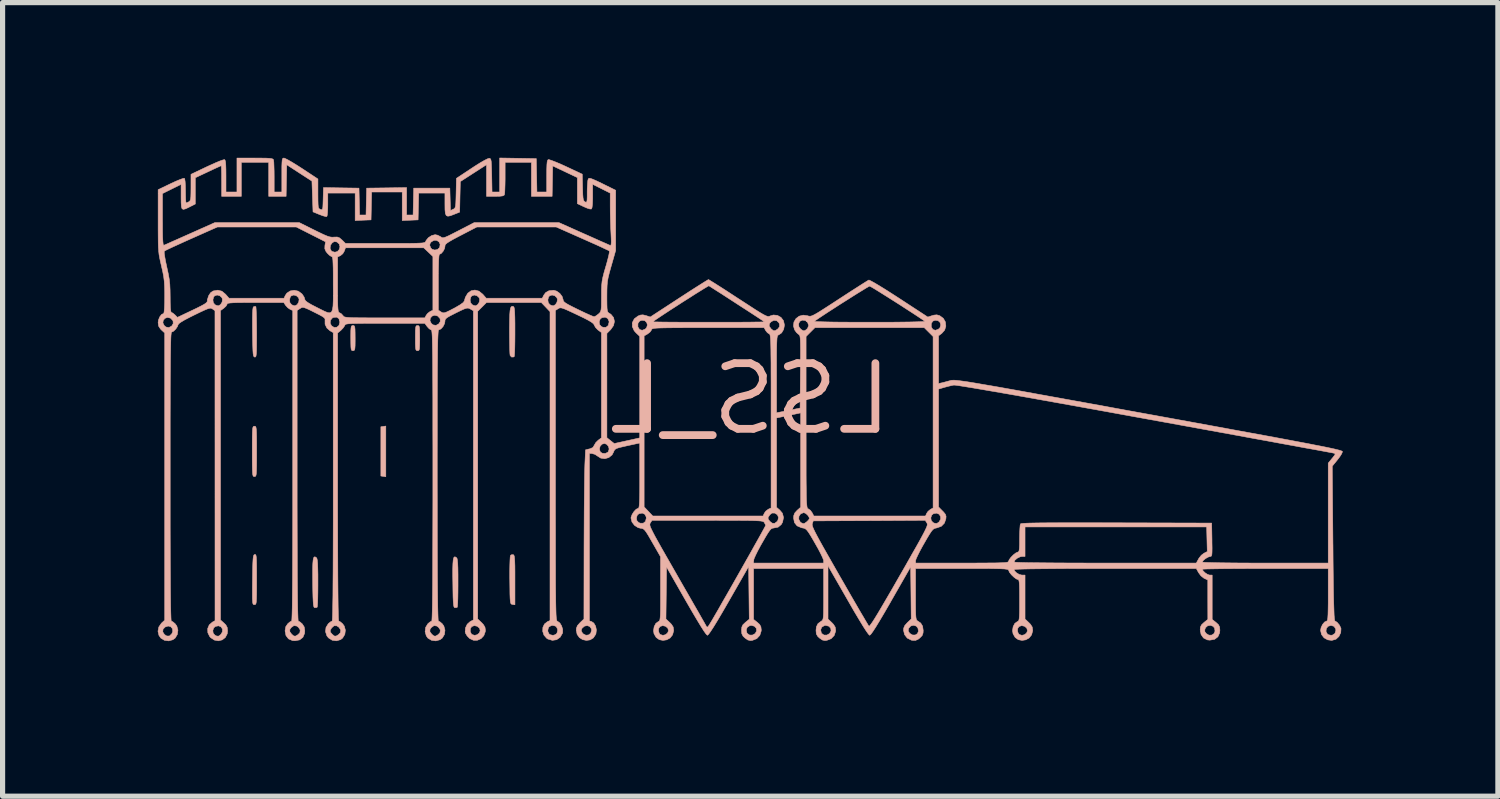
<source format=kicad_pcb>
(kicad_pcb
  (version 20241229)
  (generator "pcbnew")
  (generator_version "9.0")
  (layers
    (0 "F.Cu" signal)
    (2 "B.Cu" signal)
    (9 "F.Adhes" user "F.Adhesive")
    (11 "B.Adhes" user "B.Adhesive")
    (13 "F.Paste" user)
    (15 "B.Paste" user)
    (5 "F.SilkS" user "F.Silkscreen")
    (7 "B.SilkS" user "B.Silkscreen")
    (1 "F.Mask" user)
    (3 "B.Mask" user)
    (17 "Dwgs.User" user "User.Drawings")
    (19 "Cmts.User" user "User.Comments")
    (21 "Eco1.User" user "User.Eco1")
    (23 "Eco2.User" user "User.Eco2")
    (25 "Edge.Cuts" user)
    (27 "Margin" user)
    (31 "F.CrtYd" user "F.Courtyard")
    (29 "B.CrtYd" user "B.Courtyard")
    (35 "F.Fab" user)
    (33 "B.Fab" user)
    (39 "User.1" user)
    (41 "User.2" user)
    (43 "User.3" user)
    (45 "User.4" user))
  (footprint "LSS_L"
    (layer "F.Cu")
    (at 11.459 4.663)
    (property "Reference" "LSS_L" (at 0 0 0) (layer "B.SilkS") (effects (font (size 1.27 1.27) (thickness 0.15)) (justify mirror)))
    (attr through_hole)
    (fp_poly (pts (xy -7.096 0.533) (xy -7.144 0.54) (xy -7.144 1.492) (xy -7.048 1.506) (xy -7.048 0.526) (xy -7.096 0.533)) (stroke (width 0.01) (type solid)) (fill yes) (layer "B.SilkS"))
    (fp_poly (pts (xy -7.702 -1.416) (xy -7.714 -1.403) (xy -7.721 -1.373) (xy -7.725 -1.32) (xy -7.726 -1.234) (xy -7.726 -1.175) (xy -7.725 -1.07) (xy -7.723 -1.001) (xy -7.718 -0.959) (xy -7.709 -0.939) (xy -7.694 -0.932) (xy -7.684 -0.931) (xy -7.665 -0.934) (xy -7.653 -0.946) (xy -7.646 -0.976) (xy -7.642 -1.03) (xy -7.641 -1.115) (xy -7.641 -1.175) (xy -7.642 -1.279) (xy -7.644 -1.349) (xy -7.649 -1.39) (xy -7.658 -1.411) (xy -7.673 -1.418) (xy -7.684 -1.418) (xy -7.702 -1.416)) (stroke (width 0.01) (type solid)) (fill yes) (layer "B.SilkS"))
    (fp_poly (pts (xy -6.453 -1.416) (xy -6.465 -1.403) (xy -6.472 -1.373) (xy -6.476 -1.32) (xy -6.477 -1.234) (xy -6.477 -1.175) (xy -6.477 -1.07) (xy -6.474 -1.001) (xy -6.469 -0.959) (xy -6.46 -0.939) (xy -6.445 -0.932) (xy -6.435 -0.931) (xy -6.416 -0.934) (xy -6.404 -0.946) (xy -6.397 -0.976) (xy -6.394 -1.03) (xy -6.392 -1.115) (xy -6.392 -1.175) (xy -6.393 -1.279) (xy -6.395 -1.349) (xy -6.4 -1.39) (xy -6.409 -1.411) (xy -6.424 -1.418) (xy -6.435 -1.418) (xy -6.453 -1.416)) (stroke (width 0.01) (type solid)) (fill yes) (layer "B.SilkS"))
    (fp_poly (pts (xy -4.623 3.016) (xy -4.638 3.029) (xy -4.643 3.058) (xy -4.647 3.123) (xy -4.65 3.217) (xy -4.652 3.333) (xy -4.652 3.465) (xy -4.651 3.514) (xy -4.649 3.663) (xy -4.648 3.776) (xy -4.645 3.857) (xy -4.641 3.912) (xy -4.635 3.946) (xy -4.626 3.964) (xy -4.614 3.972) (xy -4.599 3.975) (xy -4.598 3.976) (xy -4.551 3.982) (xy -4.551 3.504) (xy -4.551 3.348) (xy -4.552 3.229) (xy -4.555 3.142) (xy -4.559 3.082) (xy -4.564 3.044) (xy -4.572 3.023) (xy -4.583 3.013) (xy -4.585 3.013) (xy -4.623 3.016)) (stroke (width 0.01) (type solid)) (fill yes) (layer "B.SilkS"))
    (fp_poly (pts (xy -8.445 3.075) (xy -8.454 3.118) (xy -8.46 3.188) (xy -8.463 3.289) (xy -8.463 3.426) (xy -8.462 3.557) (xy -8.46 3.713) (xy -8.457 3.831) (xy -8.453 3.917) (xy -8.449 3.976) (xy -8.442 4.013) (xy -8.434 4.032) (xy -8.423 4.038) (xy -8.386 4.035) (xy -8.376 4.029) (xy -8.371 4.005) (xy -8.367 3.944) (xy -8.364 3.854) (xy -8.362 3.74) (xy -8.361 3.61) (xy -8.361 3.555) (xy -8.361 3.393) (xy -8.364 3.269) (xy -8.367 3.179) (xy -8.373 3.119) (xy -8.381 3.085) (xy -8.388 3.073) (xy -8.412 3.057) (xy -8.431 3.056) (xy -8.445 3.075)) (stroke (width 0.01) (type solid)) (fill yes) (layer "B.SilkS"))
    (fp_poly (pts (xy -5.736 3.075) (xy -5.745 3.118) (xy -5.751 3.188) (xy -5.754 3.289) (xy -5.754 3.426) (xy -5.752 3.557) (xy -5.75 3.713) (xy -5.748 3.831) (xy -5.744 3.917) (xy -5.739 3.976) (xy -5.733 4.013) (xy -5.724 4.032) (xy -5.714 4.038) (xy -5.676 4.035) (xy -5.666 4.029) (xy -5.662 4.005) (xy -5.658 3.944) (xy -5.655 3.854) (xy -5.653 3.74) (xy -5.652 3.61) (xy -5.652 3.555) (xy -5.652 3.393) (xy -5.654 3.269) (xy -5.658 3.179) (xy -5.664 3.119) (xy -5.671 3.085) (xy -5.679 3.073) (xy -5.703 3.057) (xy -5.722 3.056) (xy -5.736 3.075)) (stroke (width 0.01) (type solid)) (fill yes) (layer "B.SilkS"))
    (fp_poly (pts (xy -9.606 -1.78) (xy -9.615 -1.764) (xy -9.621 -1.723) (xy -9.625 -1.654) (xy -9.627 -1.554) (xy -9.627 -1.419) (xy -9.626 -1.29) (xy -9.624 -1.136) (xy -9.621 -1.019) (xy -9.618 -0.934) (xy -9.614 -0.875) (xy -9.608 -0.839) (xy -9.6 -0.819) (xy -9.589 -0.81) (xy -9.583 -0.808) (xy -9.571 -0.809) (xy -9.562 -0.818) (xy -9.556 -0.841) (xy -9.551 -0.884) (xy -9.548 -0.95) (xy -9.547 -1.046) (xy -9.546 -1.175) (xy -9.546 -1.288) (xy -9.547 -1.428) (xy -9.549 -1.552) (xy -9.552 -1.656) (xy -9.556 -1.733) (xy -9.56 -1.778) (xy -9.563 -1.786) (xy -9.594 -1.786) (xy -9.606 -1.78)) (stroke (width 0.01) (type solid)) (fill yes) (layer "B.SilkS"))
    (fp_poly (pts (xy -4.623 -1.781) (xy -4.637 -1.754) (xy -4.646 -1.704) (xy -4.652 -1.626) (xy -4.655 -1.517) (xy -4.657 -1.372) (xy -4.657 -1.31) (xy -4.656 -1.176) (xy -4.654 -1.056) (xy -4.652 -0.955) (xy -4.649 -0.881) (xy -4.645 -0.842) (xy -4.644 -0.838) (xy -4.615 -0.808) (xy -4.576 -0.81) (xy -4.565 -0.818) (xy -4.561 -0.843) (xy -4.557 -0.903) (xy -4.554 -0.994) (xy -4.552 -1.107) (xy -4.551 -1.239) (xy -4.551 -1.303) (xy -4.551 -1.461) (xy -4.553 -1.582) (xy -4.556 -1.669) (xy -4.56 -1.729) (xy -4.567 -1.765) (xy -4.576 -1.782) (xy -4.58 -1.785) (xy -4.604 -1.79) (xy -4.623 -1.781)) (stroke (width 0.01) (type solid)) (fill yes) (layer "B.SilkS"))
    (fp_poly (pts (xy -9.583 3.01) (xy -9.595 3.015) (xy -9.604 3.03) (xy -9.611 3.058) (xy -9.616 3.106) (xy -9.62 3.178) (xy -9.623 3.28) (xy -9.625 3.417) (xy -9.626 3.498) (xy -9.628 3.653) (xy -9.628 3.77) (xy -9.628 3.855) (xy -9.625 3.913) (xy -9.621 3.95) (xy -9.614 3.97) (xy -9.603 3.978) (xy -9.59 3.979) (xy -9.589 3.979) (xy -9.575 3.978) (xy -9.565 3.97) (xy -9.557 3.951) (xy -9.552 3.916) (xy -9.549 3.859) (xy -9.547 3.776) (xy -9.546 3.661) (xy -9.546 3.509) (xy -9.546 3.491) (xy -9.546 3.335) (xy -9.547 3.216) (xy -9.549 3.13) (xy -9.552 3.071) (xy -9.557 3.034) (xy -9.565 3.015) (xy -9.574 3.009) (xy -9.583 3.01)) (stroke (width 0.01) (type solid)) (fill yes) (layer "B.SilkS"))
    (fp_poly (pts (xy -9.602 0.531) (xy -9.612 0.539) (xy -9.62 0.558) (xy -9.625 0.594) (xy -9.628 0.651) (xy -9.63 0.736) (xy -9.631 0.852) (xy -9.631 1.005) (xy -9.631 1.016) (xy -9.631 1.172) (xy -9.63 1.29) (xy -9.628 1.376) (xy -9.625 1.435) (xy -9.62 1.472) (xy -9.613 1.493) (xy -9.603 1.501) (xy -9.589 1.503) (xy -9.588 1.503) (xy -9.575 1.501) (xy -9.565 1.493) (xy -9.557 1.474) (xy -9.552 1.438) (xy -9.549 1.381) (xy -9.547 1.296) (xy -9.546 1.18) (xy -9.546 1.027) (xy -9.546 1.016) (xy -9.546 0.86) (xy -9.547 0.742) (xy -9.549 0.656) (xy -9.552 0.597) (xy -9.557 0.56) (xy -9.564 0.539) (xy -9.574 0.531) (xy -9.588 0.529) (xy -9.588 0.529) (xy -9.602 0.531)) (stroke (width 0.01) (type solid)) (fill yes) (layer "B.SilkS"))
    (fp_poly (pts (xy -4.847 -4) (xy -4.994 -4) (xy -5 -4.323) (xy -5.003 -4.447) (xy -5.006 -4.534) (xy -5.01 -4.592) (xy -5.017 -4.626) (xy -5.027 -4.644) (xy -5.042 -4.651) (xy -5.048 -4.652) (xy -5.081 -4.642) (xy -5.143 -4.611) (xy -5.228 -4.562) (xy -5.331 -4.497) (xy -5.387 -4.46) (xy -5.683 -4.264) (xy -5.689 -3.976) (xy -5.692 -3.861) (xy -5.695 -3.781) (xy -5.7 -3.729) (xy -5.709 -3.698) (xy -5.722 -3.68) (xy -5.741 -3.668) (xy -5.747 -3.666) (xy -5.798 -3.642) (xy -5.804 -3.858) (xy -5.81 -4.075) (xy -6.509 -4.075) (xy -6.515 -3.815) (xy -6.521 -3.556) (xy -6.646 -3.556) (xy -6.646 -4.086) (xy -7.033 -4.08) (xy -7.419 -4.075) (xy -7.425 -3.815) (xy -7.431 -3.556) (xy -7.555 -3.556) (xy -7.561 -3.815) (xy -7.567 -4.075) (xy -7.91 -4.08) (xy -8.254 -4.086) (xy -8.26 -3.866) (xy -8.263 -3.768) (xy -8.266 -3.705) (xy -8.273 -3.671) (xy -8.284 -3.658) (xy -8.301 -3.66) (xy -8.313 -3.664) (xy -8.332 -3.673) (xy -8.346 -3.688) (xy -8.354 -3.715) (xy -8.358 -3.763) (xy -8.36 -3.838) (xy -8.361 -3.947) (xy -8.361 -3.967) (xy -8.361 -4.252) (xy -8.669 -4.455) (xy -8.772 -4.521) (xy -8.865 -4.578) (xy -8.942 -4.622) (xy -8.996 -4.649) (xy -9.018 -4.657) (xy -9.034 -4.654) (xy -9.045 -4.644) (xy -9.052 -4.618) (xy -9.056 -4.571) (xy -9.059 -4.497) (xy -9.059 -4.39) (xy -9.059 -4.329) (xy -9.059 -4) (xy -9.207 -4) (xy -9.207 -4.295) (xy -9.208 -4.405) (xy -9.211 -4.501) (xy -9.214 -4.575) (xy -9.219 -4.618) (xy -9.22 -4.623) (xy -9.23 -4.636) (xy -9.254 -4.645) (xy -9.296 -4.651) (xy -9.363 -4.655) (xy -9.461 -4.656) (xy -9.58 -4.657) (xy -9.927 -4.657) (xy -9.927 -4) (xy -10.139 -4) (xy -10.139 -4.308) (xy -10.14 -4.435) (xy -10.143 -4.525) (xy -10.148 -4.584) (xy -10.157 -4.616) (xy -10.167 -4.627) (xy -10.195 -4.621) (xy -10.254 -4.601) (xy -10.336 -4.567) (xy -10.436 -4.522) (xy -10.506 -4.49) (xy -10.816 -4.342) (xy -10.816 -4.087) (xy -10.817 -3.979) (xy -10.819 -3.905) (xy -10.825 -3.858) (xy -10.835 -3.831) (xy -10.85 -3.815) (xy -10.857 -3.811) (xy -10.895 -3.793) (xy -10.91 -3.789) (xy -10.915 -3.809) (xy -10.919 -3.862) (xy -10.921 -3.941) (xy -10.922 -4.02) (xy -10.924 -4.123) (xy -10.929 -4.203) (xy -10.937 -4.253) (xy -10.944 -4.265) (xy -10.97 -4.262) (xy -11.026 -4.242) (xy -11.104 -4.21) (xy -11.196 -4.168) (xy -11.208 -4.162) (xy -11.451 -4.045) (xy -11.451 -3.442) (xy -11.451 -3.266) (xy -11.45 -3.126) (xy -11.449 -3.014) (xy -11.446 -2.925) (xy -11.44 -2.852) (xy -11.433 -2.787) (xy -11.422 -2.726) (xy -11.408 -2.659) (xy -11.39 -2.582) (xy -11.388 -2.572) (xy -11.362 -2.459) (xy -11.344 -2.365) (xy -11.333 -2.277) (xy -11.327 -2.181) (xy -11.324 -2.065) (xy -11.324 -1.978) (xy -11.325 -1.853) (xy -11.329 -1.755) (xy -11.335 -1.686) (xy -11.342 -1.653) (xy -11.345 -1.651) (xy -11.385 -1.632) (xy -11.421 -1.584) (xy -11.446 -1.521) (xy -11.451 -1.476) (xy -11.442 -1.407) (xy -11.407 -1.353) (xy -11.388 -1.333) (xy -11.324 -1.274) (xy -11.324 4.28) (xy -11.388 4.339) (xy -11.438 4.412) (xy -11.454 4.494) (xy -11.435 4.575) (xy -11.399 4.626) (xy -11.329 4.669) (xy -11.246 4.68) (xy -11.166 4.658) (xy -11.122 4.626) (xy -11.079 4.555) (xy -11.072 4.498) (xy -11.168 4.498) (xy -11.187 4.543) (xy -11.232 4.586) (xy -11.284 4.586) (xy -11.328 4.558) (xy -11.362 4.506) (xy -11.356 4.454) (xy -11.315 4.412) (xy -11.257 4.393) (xy -11.207 4.406) (xy -11.174 4.445) (xy -11.168 4.498) (xy -11.072 4.498) (xy -11.068 4.473) (xy -11.09 4.393) (xy -11.122 4.349) (xy -11.163 4.314) (xy -11.194 4.297) (xy -11.196 4.297) (xy -11.2 4.28) (xy -11.203 4.227) (xy -11.206 4.139) (xy -11.209 4.015) (xy -11.211 3.854) (xy -11.213 3.655) (xy -11.214 3.418) (xy -11.216 3.142) (xy -11.217 2.826) (xy -11.218 2.471) (xy -11.218 2.074) (xy -11.218 1.636) (xy -11.218 1.503) (xy -11.218 1.093) (xy -11.218 0.723) (xy -11.218 0.392) (xy -11.217 0.097) (xy -11.217 -0.163) (xy -11.216 -0.39) (xy -11.214 -0.587) (xy -11.213 -0.755) (xy -11.211 -0.896) (xy -11.209 -1.012) (xy -11.207 -1.105) (xy -11.205 -1.176) (xy -11.202 -1.229) (xy -11.198 -1.264) (xy -11.195 -1.284) (xy -11.191 -1.291) (xy -11.19 -1.291) (xy -11.153 -1.308) (xy -11.111 -1.349) (xy -11.077 -1.399) (xy -11.067 -1.429) (xy -11.052 -1.452) (xy -11.049 -1.455) (xy -11.16 -1.455) (xy -11.188 -1.409) (xy -11.243 -1.379) (xy -11.299 -1.389) (xy -11.333 -1.417) (xy -11.359 -1.469) (xy -11.352 -1.518) (xy -11.319 -1.557) (xy -11.271 -1.575) (xy -11.215 -1.562) (xy -11.206 -1.557) (xy -11.163 -1.509) (xy -11.16 -1.455) (xy -11.049 -1.455) (xy -11.011 -1.483) (xy -10.941 -1.525) (xy -10.838 -1.579) (xy -10.753 -1.621) (xy -10.638 -1.677) (xy -10.554 -1.716) (xy -10.496 -1.74) (xy -10.457 -1.752) (xy -10.431 -1.753) (xy -10.41 -1.745) (xy -10.399 -1.738) (xy -10.352 -1.704) (xy -10.351 4.29) (xy -10.401 4.317) (xy -10.463 4.371) (xy -10.493 4.443) (xy -10.49 4.523) (xy -10.453 4.598) (xy -10.437 4.616) (xy -10.363 4.665) (xy -10.285 4.679) (xy -10.212 4.661) (xy -10.152 4.615) (xy -10.115 4.544) (xy -10.108 4.487) (xy -10.112 4.452) (xy -10.207 4.452) (xy -10.209 4.506) (xy -10.237 4.554) (xy -10.276 4.587) (xy -10.315 4.588) (xy -10.352 4.571) (xy -10.386 4.532) (xy -10.394 4.479) (xy -10.375 4.428) (xy -10.343 4.4) (xy -10.281 4.389) (xy -10.234 4.41) (xy -10.207 4.452) (xy -10.112 4.452) (xy -10.115 4.421) (xy -10.141 4.372) (xy -10.176 4.337) (xy -10.245 4.276) (xy -10.245 -1.707) (xy -10.181 -1.753) (xy -10.139 -1.792) (xy -10.118 -1.827) (xy -10.118 -1.832) (xy -10.113 -1.841) (xy -10.094 -1.849) (xy -10.058 -1.854) (xy -10 -1.858) (xy -9.914 -1.861) (xy -9.798 -1.862) (xy -9.645 -1.863) (xy -9.57 -1.863) (xy -9.022 -1.863) (xy -8.987 -1.809) (xy -8.943 -1.761) (xy -8.899 -1.731) (xy -8.848 -1.708) (xy -8.848 1.295) (xy -8.848 1.762) (xy -8.848 2.187) (xy -8.849 2.571) (xy -8.85 2.915) (xy -8.851 3.219) (xy -8.852 3.484) (xy -8.854 3.711) (xy -8.856 3.899) (xy -8.858 4.051) (xy -8.861 4.165) (xy -8.864 4.244) (xy -8.867 4.287) (xy -8.87 4.297) (xy -8.899 4.311) (xy -8.939 4.344) (xy -8.944 4.349) (xy -8.983 4.406) (xy -8.996 4.481) (xy -8.996 4.487) (xy -8.979 4.577) (xy -8.93 4.641) (xy -8.853 4.674) (xy -8.805 4.678) (xy -8.715 4.661) (xy -8.652 4.612) (xy -8.619 4.535) (xy -8.615 4.487) (xy -8.617 4.469) (xy -8.704 4.469) (xy -8.71 4.522) (xy -8.747 4.56) (xy -8.793 4.588) (xy -8.827 4.586) (xy -8.866 4.554) (xy -8.869 4.551) (xy -8.905 4.502) (xy -8.904 4.459) (xy -8.876 4.42) (xy -8.825 4.385) (xy -8.771 4.393) (xy -8.738 4.417) (xy -8.704 4.469) (xy -8.617 4.469) (xy -8.626 4.411) (xy -8.663 4.353) (xy -8.667 4.349) (xy -8.708 4.314) (xy -8.739 4.297) (xy -8.741 4.297) (xy -8.744 4.28) (xy -8.747 4.227) (xy -8.75 4.14) (xy -8.753 4.016) (xy -8.755 3.855) (xy -8.757 3.657) (xy -8.759 3.421) (xy -8.76 3.147) (xy -8.761 2.832) (xy -8.762 2.478) (xy -8.763 2.084) (xy -8.763 1.648) (xy -8.763 1.294) (xy -8.763 -1.71) (xy -8.706 -1.747) (xy -8.681 -1.762) (xy -8.657 -1.769) (xy -8.626 -1.764) (xy -8.58 -1.747) (xy -8.511 -1.715) (xy -8.431 -1.675) (xy -8.336 -1.627) (xy -8.274 -1.593) (xy -8.239 -1.567) (xy -8.224 -1.546) (xy -8.223 -1.524) (xy -8.224 -1.518) (xy -8.223 -1.442) (xy -8.188 -1.37) (xy -8.128 -1.317) (xy -8.065 -1.281) (xy -8.065 1.508) (xy -8.065 1.958) (xy -8.065 2.366) (xy -8.066 2.733) (xy -8.067 3.059) (xy -8.068 3.346) (xy -8.07 3.594) (xy -8.071 3.803) (xy -8.074 3.974) (xy -8.076 4.109) (xy -8.079 4.207) (xy -8.082 4.269) (xy -8.086 4.296) (xy -8.087 4.297) (xy -8.115 4.311) (xy -8.156 4.344) (xy -8.161 4.349) (xy -8.205 4.42) (xy -8.214 4.502) (xy -8.188 4.582) (xy -8.157 4.622) (xy -8.084 4.668) (xy -8.002 4.679) (xy -7.923 4.656) (xy -7.884 4.626) (xy -7.841 4.555) (xy -7.83 4.473) (xy -7.831 4.469) (xy -7.92 4.469) (xy -7.927 4.522) (xy -7.963 4.56) (xy -8.01 4.588) (xy -8.044 4.586) (xy -8.083 4.554) (xy -8.086 4.551) (xy -8.12 4.511) (xy -8.123 4.477) (xy -8.097 4.432) (xy -8.095 4.429) (xy -8.049 4.388) (xy -7.996 4.389) (xy -7.955 4.417) (xy -7.92 4.469) (xy -7.831 4.469) (xy -7.852 4.393) (xy -7.884 4.349) (xy -7.925 4.314) (xy -7.956 4.297) (xy -7.958 4.297) (xy -7.961 4.28) (xy -7.965 4.227) (xy -7.967 4.139) (xy -7.97 4.015) (xy -7.972 3.854) (xy -7.974 3.655) (xy -7.976 3.418) (xy -7.977 3.142) (xy -7.978 2.826) (xy -7.979 2.47) (xy -7.98 2.074) (xy -7.98 1.636) (xy -7.98 1.512) (xy -7.98 -1.273) (xy -7.917 -1.325) (xy -7.873 -1.371) (xy -7.844 -1.414) (xy -7.842 -1.419) (xy -7.837 -1.43) (xy -7.827 -1.439) (xy -7.809 -1.446) (xy -7.777 -1.451) (xy -7.728 -1.455) (xy -7.658 -1.457) (xy -7.562 -1.459) (xy -7.437 -1.46) (xy -7.278 -1.46) (xy -7.081 -1.46) (xy -6.294 -1.46) (xy -6.248 -1.397) (xy -6.209 -1.355) (xy -6.174 -1.334) (xy -6.169 -1.333) (xy -6.165 -1.33) (xy -6.161 -1.317) (xy -6.157 -1.293) (xy -6.154 -1.255) (xy -6.151 -1.203) (xy -6.149 -1.133) (xy -6.147 -1.044) (xy -6.145 -0.933) (xy -6.143 -0.799) (xy -6.142 -0.64) (xy -6.141 -0.454) (xy -6.14 -0.237) (xy -6.139 0.01) (xy -6.139 0.292) (xy -6.139 0.609) (xy -6.138 0.963) (xy -6.138 1.358) (xy -6.138 1.482) (xy -6.138 1.934) (xy -6.139 2.344) (xy -6.14 2.713) (xy -6.141 3.041) (xy -6.142 3.33) (xy -6.143 3.58) (xy -6.145 3.792) (xy -6.147 3.965) (xy -6.15 4.102) (xy -6.153 4.202) (xy -6.156 4.266) (xy -6.159 4.295) (xy -6.16 4.297) (xy -6.189 4.311) (xy -6.23 4.344) (xy -6.235 4.349) (xy -6.278 4.419) (xy -6.288 4.502) (xy -6.266 4.582) (xy -6.235 4.626) (xy -6.164 4.669) (xy -6.081 4.68) (xy -6.001 4.658) (xy -5.957 4.626) (xy -5.914 4.555) (xy -5.904 4.473) (xy -5.905 4.469) (xy -5.994 4.469) (xy -6.001 4.522) (xy -6.037 4.56) (xy -6.084 4.588) (xy -6.117 4.586) (xy -6.157 4.554) (xy -6.16 4.551) (xy -6.196 4.502) (xy -6.194 4.459) (xy -6.167 4.42) (xy -6.116 4.385) (xy -6.062 4.393) (xy -6.029 4.417) (xy -5.994 4.469) (xy -5.905 4.469) (xy -5.926 4.393) (xy -5.957 4.349) (xy -5.998 4.314) (xy -6.029 4.297) (xy -6.032 4.297) (xy -6.035 4.28) (xy -6.038 4.227) (xy -6.041 4.139) (xy -6.044 4.015) (xy -6.046 3.854) (xy -6.048 3.655) (xy -6.05 3.418) (xy -6.051 3.142) (xy -6.052 2.827) (xy -6.053 2.472) (xy -6.053 2.075) (xy -6.054 1.637) (xy -6.054 1.482) (xy -6.054 1.07) (xy -6.053 0.699) (xy -6.053 0.366) (xy -6.053 0.069) (xy -6.052 -0.192) (xy -6.051 -0.421) (xy -6.05 -0.619) (xy -6.048 -0.788) (xy -6.047 -0.931) (xy -6.045 -1.048) (xy -6.043 -1.142) (xy -6.04 -1.215) (xy -6.037 -1.269) (xy -6.034 -1.305) (xy -6.03 -1.326) (xy -6.026 -1.333) (xy -6.026 -1.333) (xy -5.983 -1.352) (xy -5.942 -1.397) (xy -5.913 -1.454) (xy -5.905 -1.494) (xy -5.905 -1.497) (xy -5.995 -1.497) (xy -6.023 -1.451) (xy -6.078 -1.421) (xy -6.135 -1.431) (xy -6.169 -1.459) (xy -6.179 -1.48) (xy -7.938 -1.48) (xy -7.954 -1.42) (xy -7.994 -1.386) (xy -8.046 -1.381) (xy -8.096 -1.41) (xy -8.124 -1.463) (xy -8.118 -1.52) (xy -8.082 -1.564) (xy -8.06 -1.575) (xy -7.998 -1.58) (xy -7.955 -1.55) (xy -7.938 -1.488) (xy -7.938 -1.48) (xy -6.179 -1.48) (xy -6.194 -1.511) (xy -6.187 -1.561) (xy -6.155 -1.599) (xy -6.106 -1.617) (xy -6.051 -1.604) (xy -6.042 -1.599) (xy -5.999 -1.552) (xy -5.995 -1.497) (xy -5.905 -1.497) (xy -5.903 -1.522) (xy -5.891 -1.546) (xy -5.863 -1.571) (xy -5.812 -1.601) (xy -5.732 -1.642) (xy -5.689 -1.664) (xy -5.595 -1.71) (xy -5.53 -1.739) (xy -5.487 -1.753) (xy -5.457 -1.755) (xy -5.431 -1.747) (xy -5.413 -1.737) (xy -5.355 -1.704) (xy -5.355 1.285) (xy -5.355 4.275) (xy -5.417 4.307) (xy -5.474 4.358) (xy -5.508 4.43) (xy -5.513 4.508) (xy -5.506 4.534) (xy -5.475 4.585) (xy -5.428 4.633) (xy -5.426 4.635) (xy -5.353 4.669) (xy -5.277 4.668) (xy -5.207 4.637) (xy -5.153 4.58) (xy -5.125 4.503) (xy -5.123 4.485) (xy -5.223 4.485) (xy -5.242 4.529) (xy -5.281 4.561) (xy -5.331 4.573) (xy -5.381 4.557) (xy -5.393 4.547) (xy -5.416 4.498) (xy -5.412 4.442) (xy -5.388 4.404) (xy -5.336 4.385) (xy -5.279 4.398) (xy -5.236 4.435) (xy -5.223 4.485) (xy -5.123 4.485) (xy -5.122 4.473) (xy -5.131 4.414) (xy -5.163 4.362) (xy -5.196 4.327) (xy -5.271 4.257) (xy -5.271 -1.693) (xy -5.186 -1.778) (xy -5.101 -1.863) (xy -4.041 -1.863) (xy -3.957 -1.775) (xy -3.873 -1.686) (xy -3.873 4.287) (xy -3.921 4.308) (xy -3.98 4.354) (xy -4.011 4.42) (xy -4.014 4.496) (xy -3.99 4.569) (xy -3.939 4.628) (xy -3.915 4.644) (xy -3.828 4.67) (xy -3.746 4.658) (xy -3.678 4.611) (xy -3.633 4.535) (xy -3.628 4.517) (xy -3.628 4.477) (xy -3.725 4.477) (xy -3.737 4.525) (xy -3.751 4.547) (xy -3.792 4.568) (xy -3.821 4.572) (xy -3.869 4.561) (xy -3.89 4.547) (xy -3.912 4.505) (xy -3.916 4.477) (xy -3.904 4.428) (xy -3.89 4.407) (xy -3.849 4.386) (xy -3.821 4.381) (xy -3.772 4.393) (xy -3.751 4.407) (xy -3.73 4.448) (xy -3.725 4.477) (xy -3.628 4.477) (xy -3.628 4.457) (xy -3.649 4.39) (xy -3.683 4.334) (xy -3.725 4.303) (xy -3.726 4.303) (xy -3.732 4.301) (xy -3.737 4.296) (xy -3.742 4.287) (xy -3.746 4.272) (xy -3.75 4.248) (xy -3.753 4.213) (xy -3.756 4.166) (xy -3.758 4.103) (xy -3.76 4.024) (xy -3.762 3.927) (xy -3.763 3.808) (xy -3.765 3.666) (xy -3.766 3.499) (xy -3.766 3.305) (xy -3.767 3.082) (xy -3.767 2.827) (xy -3.767 2.54) (xy -3.768 2.217) (xy -3.768 1.856) (xy -3.768 1.456) (xy -3.768 1.291) (xy -3.768 -1.71) (xy -3.716 -1.743) (xy -3.696 -1.755) (xy -3.673 -1.76) (xy -3.643 -1.756) (xy -3.598 -1.741) (xy -3.533 -1.713) (xy -3.44 -1.67) (xy -3.347 -1.626) (xy -3.224 -1.567) (xy -3.135 -1.521) (xy -3.074 -1.485) (xy -3.038 -1.457) (xy -3.02 -1.434) (xy -3.018 -1.426) (xy -2.992 -1.38) (xy -2.948 -1.334) (xy -2.942 -1.33) (xy -2.879 -1.283) (xy -2.879 0.754) (xy -2.942 0.801) (xy -2.988 0.846) (xy -3.016 0.894) (xy -3.018 0.898) (xy -3.043 0.94) (xy -3.098 0.965) (xy -3.108 0.967) (xy -3.186 0.986) (xy -3.199 1.271) (xy -3.201 1.343) (xy -3.204 1.453) (xy -3.206 1.596) (xy -3.208 1.768) (xy -3.21 1.963) (xy -3.212 2.178) (xy -3.213 2.407) (xy -3.214 2.647) (xy -3.215 2.891) (xy -3.215 2.907) (xy -3.217 4.257) (xy -3.291 4.327) (xy -3.342 4.384) (xy -3.363 4.437) (xy -3.365 4.471) (xy -3.349 4.554) (xy -3.305 4.616) (xy -3.242 4.656) (xy -3.17 4.671) (xy -3.098 4.661) (xy -3.035 4.623) (xy -2.99 4.555) (xy -2.985 4.542) (xy -2.977 4.475) (xy -3.069 4.475) (xy -3.086 4.532) (xy -3.126 4.565) (xy -3.179 4.571) (xy -3.23 4.545) (xy -3.248 4.525) (xy -3.269 4.485) (xy -3.26 4.449) (xy -3.252 4.435) (xy -3.206 4.395) (xy -3.153 4.385) (xy -3.105 4.402) (xy -3.074 4.444) (xy -3.069 4.475) (xy -2.977 4.475) (xy -2.976 4.468) (xy -2.991 4.395) (xy -3.026 4.336) (xy -3.067 4.308) (xy -3.111 4.294) (xy -3.111 1.058) (xy -3.059 1.058) (xy -3.004 1.073) (xy -2.964 1.1) (xy -2.892 1.146) (xy -2.812 1.157) (xy -2.736 1.135) (xy -2.673 1.084) (xy -2.645 1.031) (xy -2.632 1) (xy -2.616 0.978) (xy -2.604 0.971) (xy -2.73 0.971) (xy -2.745 1.02) (xy -2.756 1.033) (xy -2.804 1.056) (xy -2.861 1.052) (xy -2.899 1.028) (xy -2.918 0.976) (xy -2.905 0.918) (xy -2.867 0.876) (xy -2.818 0.863) (xy -2.774 0.881) (xy -2.742 0.921) (xy -2.73 0.971) (xy -2.604 0.971) (xy -2.588 0.96) (xy -2.54 0.944) (xy -2.465 0.926) (xy -2.378 0.906) (xy -2.138 0.854) (xy -2.138 1.485) (xy -2.138 1.669) (xy -2.139 1.814) (xy -2.141 1.926) (xy -2.144 2.007) (xy -2.148 2.063) (xy -2.153 2.097) (xy -2.161 2.113) (xy -2.168 2.117) (xy -2.206 2.134) (xy -2.249 2.179) (xy -2.285 2.235) (xy -2.306 2.292) (xy -2.307 2.307) (xy -2.288 2.382) (xy -2.238 2.447) (xy -2.169 2.491) (xy -2.124 2.502) (xy -2.093 2.506) (xy -2.068 2.516) (xy -2.043 2.538) (xy -2.012 2.578) (xy -1.973 2.64) (xy -1.92 2.732) (xy -1.892 2.78) (xy -1.736 3.052) (xy -1.736 3.673) (xy -1.736 3.851) (xy -1.736 3.992) (xy -1.737 4.099) (xy -1.739 4.178) (xy -1.743 4.233) (xy -1.748 4.269) (xy -1.755 4.29) (xy -1.765 4.301) (xy -1.777 4.307) (xy -1.78 4.308) (xy -1.827 4.343) (xy -1.859 4.405) (xy -1.871 4.48) (xy -1.862 4.542) (xy -1.82 4.614) (xy -1.759 4.657) (xy -1.688 4.671) (xy -1.616 4.66) (xy -1.551 4.624) (xy -1.504 4.565) (xy -1.482 4.485) (xy -1.482 4.485) (xy -1.582 4.485) (xy -1.601 4.529) (xy -1.641 4.561) (xy -1.69 4.573) (xy -1.74 4.557) (xy -1.753 4.547) (xy -1.775 4.498) (xy -1.772 4.442) (xy -1.747 4.404) (xy -1.695 4.385) (xy -1.638 4.398) (xy -1.595 4.435) (xy -1.582 4.485) (xy -1.482 4.485) (xy -1.482 4.471) (xy -1.491 4.412) (xy -1.524 4.36) (xy -1.556 4.327) (xy -1.631 4.257) (xy -1.625 3.754) (xy -1.619 3.252) (xy -1.242 3.912) (xy -1.127 4.111) (xy -1.031 4.273) (xy -0.954 4.4) (xy -0.896 4.491) (xy -0.855 4.548) (xy -0.831 4.571) (xy -0.829 4.572) (xy -0.808 4.554) (xy -0.77 4.502) (xy -0.713 4.415) (xy -0.637 4.291) (xy -0.543 4.132) (xy -0.429 3.935) (xy -0.413 3.907) (xy -0.032 3.242) (xy -0.02 4.262) (xy -0.095 4.323) (xy -0.143 4.369) (xy -0.164 4.414) (xy -0.169 4.476) (xy -0.164 4.542) (xy -0.14 4.589) (xy -0.102 4.625) (xy -0.047 4.663) (xy 0.004 4.674) (xy 0.041 4.67) (xy 0.125 4.637) (xy 0.184 4.574) (xy 0.211 4.489) (xy 0.211 4.488) (xy 0.122 4.488) (xy 0.094 4.539) (xy 0.041 4.568) (xy -0.015 4.567) (xy -0.059 4.536) (xy -0.065 4.527) (xy -0.078 4.466) (xy -0.057 4.415) (xy -0.008 4.385) (xy 0.02 4.381) (xy 0.081 4.397) (xy 0.116 4.437) (xy 0.122 4.488) (xy 0.211 4.488) (xy 0.212 4.466) (xy 0.205 4.407) (xy 0.18 4.362) (xy 0.138 4.324) (xy 0.064 4.265) (xy 0.064 3.773) (xy 0.064 3.281) (xy 1.418 3.281) (xy 1.418 3.778) (xy 1.418 3.935) (xy 1.417 4.055) (xy 1.416 4.144) (xy 1.413 4.206) (xy 1.408 4.247) (xy 1.4 4.272) (xy 1.39 4.287) (xy 1.376 4.297) (xy 1.371 4.3) (xy 1.309 4.346) (xy 1.278 4.409) (xy 1.271 4.48) (xy 1.277 4.545) (xy 1.303 4.592) (xy 1.338 4.625) (xy 1.392 4.663) (xy 1.443 4.674) (xy 1.48 4.67) (xy 1.563 4.638) (xy 1.623 4.576) (xy 1.65 4.493) (xy 1.65 4.488) (xy 1.562 4.488) (xy 1.533 4.539) (xy 1.481 4.568) (xy 1.424 4.567) (xy 1.38 4.536) (xy 1.374 4.527) (xy 1.361 4.466) (xy 1.382 4.415) (xy 1.432 4.385) (xy 1.459 4.381) (xy 1.52 4.397) (xy 1.556 4.437) (xy 1.562 4.488) (xy 1.65 4.488) (xy 1.651 4.473) (xy 1.642 4.414) (xy 1.61 4.362) (xy 1.577 4.327) (xy 1.503 4.257) (xy 1.503 3.228) (xy 1.889 3.9) (xy 2.006 4.104) (xy 2.105 4.27) (xy 2.184 4.4) (xy 2.244 4.493) (xy 2.285 4.55) (xy 2.308 4.572) (xy 2.309 4.572) (xy 2.33 4.554) (xy 2.369 4.501) (xy 2.427 4.412) (xy 2.503 4.287) (xy 2.599 4.125) (xy 2.714 3.926) (xy 2.722 3.911) (xy 3.101 3.249) (xy 3.107 3.753) (xy 3.112 4.257) (xy 3.038 4.327) (xy 2.988 4.383) (xy 2.966 4.435) (xy 2.963 4.473) (xy 2.983 4.559) (xy 3.035 4.626) (xy 3.114 4.666) (xy 3.134 4.67) (xy 3.193 4.672) (xy 3.243 4.651) (xy 3.277 4.625) (xy 3.323 4.578) (xy 3.341 4.528) (xy 3.343 4.493) (xy 3.252 4.493) (xy 3.232 4.54) (xy 3.19 4.567) (xy 3.138 4.567) (xy 3.084 4.535) (xy 3.08 4.53) (xy 3.054 4.49) (xy 3.06 4.447) (xy 3.065 4.434) (xy 3.104 4.392) (xy 3.157 4.379) (xy 3.209 4.394) (xy 3.241 4.432) (xy 3.252 4.493) (xy 3.343 4.493) (xy 3.344 4.48) (xy 3.332 4.395) (xy 3.296 4.336) (xy 3.244 4.3) (xy 3.229 4.291) (xy 3.217 4.278) (xy 3.209 4.257) (xy 3.203 4.222) (xy 3.199 4.167) (xy 3.197 4.088) (xy 3.196 3.979) (xy 3.196 3.834) (xy 3.196 3.778) (xy 3.196 3.281) (xy 4.096 3.281) (xy 4.316 3.281) (xy 4.497 3.281) (xy 4.643 3.282) (xy 4.758 3.284) (xy 4.845 3.286) (xy 4.909 3.289) (xy 4.952 3.294) (xy 4.978 3.299) (xy 4.991 3.306) (xy 4.995 3.314) (xy 4.995 3.315) (xy 5.011 3.352) (xy 5.049 3.401) (xy 5.098 3.448) (xy 5.145 3.483) (xy 5.173 3.493) (xy 5.185 3.497) (xy 5.194 3.513) (xy 5.2 3.547) (xy 5.204 3.603) (xy 5.206 3.688) (xy 5.207 3.806) (xy 5.207 3.893) (xy 5.207 4.033) (xy 5.206 4.136) (xy 5.203 4.208) (xy 5.199 4.255) (xy 5.192 4.284) (xy 5.182 4.299) (xy 5.168 4.306) (xy 5.163 4.308) (xy 5.115 4.343) (xy 5.083 4.405) (xy 5.071 4.48) (xy 5.081 4.542) (xy 5.122 4.614) (xy 5.183 4.657) (xy 5.255 4.671) (xy 5.327 4.66) (xy 5.392 4.624) (xy 5.439 4.565) (xy 5.461 4.485) (xy 5.461 4.485) (xy 5.36 4.485) (xy 5.342 4.529) (xy 5.302 4.561) (xy 5.252 4.573) (xy 5.203 4.557) (xy 5.19 4.547) (xy 5.167 4.498) (xy 5.171 4.442) (xy 5.195 4.404) (xy 5.247 4.385) (xy 5.305 4.398) (xy 5.347 4.435) (xy 5.36 4.485) (xy 5.461 4.485) (xy 5.461 4.471) (xy 5.452 4.412) (xy 5.418 4.359) (xy 5.387 4.327) (xy 5.313 4.257) (xy 5.313 3.408) (xy 5.253 3.408) (xy 5.201 3.395) (xy 5.149 3.365) (xy 5.111 3.327) (xy 5.101 3.301) (xy 5.122 3.297) (xy 5.184 3.294) (xy 5.286 3.291) (xy 5.426 3.288) (xy 5.604 3.286) (xy 5.818 3.284) (xy 6.066 3.282) (xy 6.348 3.281) (xy 6.663 3.281) (xy 6.863 3.281) (xy 8.625 3.281) (xy 8.668 3.36) (xy 8.714 3.422) (xy 8.772 3.468) (xy 8.778 3.471) (xy 8.847 3.503) (xy 8.847 3.884) (xy 8.848 4.265) (xy 8.774 4.324) (xy 8.725 4.37) (xy 8.704 4.415) (xy 8.7 4.466) (xy 8.717 4.557) (xy 8.764 4.624) (xy 8.838 4.661) (xy 8.887 4.666) (xy 8.978 4.65) (xy 9.042 4.601) (xy 9.076 4.524) (xy 9.079 4.492) (xy 8.987 4.492) (xy 8.966 4.54) (xy 8.923 4.568) (xy 8.87 4.57) (xy 8.817 4.539) (xy 8.788 4.498) (xy 8.791 4.455) (xy 8.806 4.422) (xy 8.845 4.388) (xy 8.899 4.38) (xy 8.95 4.399) (xy 8.977 4.432) (xy 8.987 4.492) (xy 9.079 4.492) (xy 9.081 4.474) (xy 9.075 4.411) (xy 9.053 4.367) (xy 9.006 4.324) (xy 8.932 4.265) (xy 8.932 3.836) (xy 8.932 3.408) (xy 8.883 3.408) (xy 8.841 3.394) (xy 8.793 3.362) (xy 8.755 3.324) (xy 8.742 3.295) (xy 8.762 3.293) (xy 8.822 3.29) (xy 8.916 3.288) (xy 9.041 3.286) (xy 9.193 3.284) (xy 9.369 3.283) (xy 9.565 3.282) (xy 9.778 3.281) (xy 9.959 3.281) (xy 11.176 3.281) (xy 11.176 3.789) (xy 11.176 3.951) (xy 11.174 4.076) (xy 11.172 4.168) (xy 11.168 4.232) (xy 11.163 4.271) (xy 11.155 4.291) (xy 11.146 4.297) (xy 11.106 4.315) (xy 11.067 4.362) (xy 11.038 4.423) (xy 11.028 4.478) (xy 11.047 4.558) (xy 11.096 4.621) (xy 11.166 4.66) (xy 11.245 4.671) (xy 11.326 4.648) (xy 11.327 4.647) (xy 11.383 4.595) (xy 11.418 4.521) (xy 11.421 4.477) (xy 11.324 4.477) (xy 11.306 4.536) (xy 11.259 4.568) (xy 11.229 4.572) (xy 11.18 4.561) (xy 11.159 4.547) (xy 11.133 4.496) (xy 11.14 4.442) (xy 11.173 4.399) (xy 11.228 4.382) (xy 11.229 4.381) (xy 11.288 4.399) (xy 11.32 4.447) (xy 11.324 4.477) (xy 11.421 4.477) (xy 11.423 4.445) (xy 11.421 4.434) (xy 11.393 4.374) (xy 11.347 4.32) (xy 11.305 4.294) (xy 11.3 4.281) (xy 11.295 4.243) (xy 11.29 4.18) (xy 11.287 4.089) (xy 11.283 3.967) (xy 11.279 3.814) (xy 11.276 3.627) (xy 11.273 3.403) (xy 11.27 3.141) (xy 11.268 2.84) (xy 11.267 2.794) (xy 11.254 1.302) (xy 11.353 1.181) (xy 11.401 1.117) (xy 11.431 1.07) (xy 11.31 1.07) (xy 11.294 1.097) (xy 11.254 1.148) (xy 11.251 1.151) (xy 11.176 1.243) (xy 11.176 3.175) (xy 9.959 3.175) (xy 9.704 3.175) (xy 9.474 3.174) (xy 9.271 3.172) (xy 9.097 3.17) (xy 8.955 3.167) (xy 8.847 3.164) (xy 8.775 3.161) (xy 8.743 3.157) (xy 8.742 3.155) (xy 8.759 3.126) (xy 8.8 3.091) (xy 8.849 3.062) (xy 8.891 3.048) (xy 8.893 3.048) (xy 8.909 3.046) (xy 8.919 3.034) (xy 8.926 3.008) (xy 8.929 2.96) (xy 8.929 2.953) (xy 8.837 2.953) (xy 8.774 2.985) (xy 8.722 3.024) (xy 8.676 3.082) (xy 8.668 3.096) (xy 8.625 3.175) (xy 6.863 3.175) (xy 6.53 3.175) (xy 6.229 3.174) (xy 5.961 3.173) (xy 5.726 3.171) (xy 5.527 3.169) (xy 5.364 3.167) (xy 5.24 3.164) (xy 5.154 3.161) (xy 5.109 3.157) (xy 5.101 3.155) (xy 5.119 3.118) (xy 5.163 3.081) (xy 5.217 3.055) (xy 5.253 3.048) (xy 5.313 3.048) (xy 5.313 2.477) (xy 8.825 2.477) (xy 8.837 2.953) (xy 8.929 2.953) (xy 8.93 2.885) (xy 8.928 2.776) (xy 8.928 2.725) (xy 8.922 2.402) (xy 7.082 2.397) (xy 6.748 2.396) (xy 6.454 2.396) (xy 6.198 2.396) (xy 5.977 2.396) (xy 5.79 2.397) (xy 5.634 2.398) (xy 5.507 2.4) (xy 5.407 2.402) (xy 5.331 2.405) (xy 5.277 2.408) (xy 5.243 2.412) (xy 5.226 2.417) (xy 5.225 2.418) (xy 5.218 2.449) (xy 5.213 2.512) (xy 5.209 2.6) (xy 5.207 2.702) (xy 5.207 2.704) (xy 5.207 2.814) (xy 5.204 2.888) (xy 5.198 2.933) (xy 5.189 2.956) (xy 5.176 2.963) (xy 5.173 2.963) (xy 5.136 2.979) (xy 5.087 3.017) (xy 5.039 3.066) (xy 5.005 3.113) (xy 4.995 3.141) (xy 4.992 3.149) (xy 4.98 3.156) (xy 4.955 3.162) (xy 4.914 3.166) (xy 4.854 3.169) (xy 4.769 3.172) (xy 4.657 3.173) (xy 4.515 3.174) (xy 4.338 3.175) (xy 4.122 3.175) (xy 4.096 3.175) (xy 3.196 3.175) (xy 3.197 3.127) (xy 3.207 3.093) (xy 3.236 3.03) (xy 3.278 2.946) (xy 3.331 2.848) (xy 3.362 2.794) (xy 3.424 2.686) (xy 3.471 2.609) (xy 3.506 2.557) (xy 3.534 2.525) (xy 3.56 2.508) (xy 3.588 2.499) (xy 3.606 2.496) (xy 3.695 2.464) (xy 3.733 2.425) (xy 3.423 2.425) (xy 3.421 2.446) (xy 3.412 2.475) (xy 3.394 2.515) (xy 3.367 2.571) (xy 3.328 2.645) (xy 3.277 2.739) (xy 3.211 2.857) (xy 3.128 3.002) (xy 3.029 3.178) (xy 2.91 3.386) (xy 2.882 3.434) (xy 2.751 3.663) (xy 2.638 3.857) (xy 2.544 4.018) (xy 2.467 4.148) (xy 2.406 4.248) (xy 2.359 4.321) (xy 2.325 4.368) (xy 2.304 4.393) (xy 2.294 4.396) (xy 2.279 4.373) (xy 2.245 4.317) (xy 2.195 4.231) (xy 2.129 4.12) (xy 2.051 3.985) (xy 1.962 3.832) (xy 1.865 3.663) (xy 1.761 3.482) (xy 1.725 3.42) (xy 1.603 3.206) (xy 1.558 3.127) (xy 1.418 3.127) (xy 1.418 3.175) (xy 0.064 3.175) (xy 0.064 3.124) (xy 0.074 3.089) (xy 0.102 3.025) (xy 0.144 2.94) (xy 0.197 2.841) (xy 0.228 2.787) (xy 0.291 2.677) (xy 0.338 2.599) (xy 0.373 2.548) (xy 0.4 2.518) (xy 0.423 2.503) (xy 0.447 2.499) (xy 0.451 2.498) (xy 0.538 2.481) (xy 0.578 2.448) (xy 0.296 2.448) (xy 0.286 2.469) (xy 0.257 2.523) (xy 0.212 2.605) (xy 0.153 2.711) (xy 0.082 2.837) (xy 0.003 2.979) (xy -0.084 3.133) (xy -0.175 3.294) (xy -0.268 3.458) (xy -0.361 3.622) (xy -0.451 3.78) (xy -0.537 3.929) (xy -0.614 4.065) (xy -0.682 4.182) (xy -0.738 4.279) (xy -0.78 4.348) (xy -0.799 4.379) (xy -0.824 4.412) (xy -0.841 4.41) (xy -0.848 4.4) (xy -0.862 4.376) (xy -0.894 4.319) (xy -0.944 4.232) (xy -1.008 4.119) (xy -1.086 3.984) (xy -1.174 3.83) (xy -1.272 3.66) (xy -1.376 3.479) (xy -1.416 3.409) (xy -1.537 3.197) (xy -1.639 3.019) (xy -1.724 2.87) (xy -1.791 2.75) (xy -1.845 2.653) (xy -1.884 2.578) (xy -1.912 2.521) (xy -1.931 2.48) (xy -1.94 2.45) (xy -1.943 2.429) (xy -1.94 2.414) (xy -1.934 2.401) (xy -1.933 2.4) (xy -1.9 2.349) (xy -0.831 2.349) (xy -0.59 2.35) (xy -0.387 2.35) (xy -0.22 2.351) (xy -0.085 2.352) (xy 0.021 2.353) (xy 0.103 2.356) (xy 0.164 2.359) (xy 0.207 2.363) (xy 0.236 2.369) (xy 0.253 2.375) (xy 0.264 2.383) (xy 0.267 2.387) (xy 0.29 2.427) (xy 0.296 2.448) (xy 0.578 2.448) (xy 0.599 2.43) (xy 0.624 2.385) (xy 0.643 2.294) (xy 0.642 2.291) (xy 0.545 2.291) (xy 0.534 2.348) (xy 0.518 2.372) (xy 0.47 2.408) (xy 0.424 2.404) (xy 0.381 2.371) (xy 0.347 2.329) (xy 0.345 2.307) (xy -2.011 2.307) (xy -2.027 2.37) (xy -2.069 2.404) (xy -2.129 2.404) (xy -2.16 2.391) (xy -2.195 2.352) (xy -2.202 2.299) (xy -2.184 2.247) (xy -2.151 2.22) (xy -2.088 2.209) (xy -2.038 2.233) (xy -2.012 2.286) (xy -2.011 2.307) (xy 0.345 2.307) (xy 0.344 2.293) (xy 0.374 2.248) (xy 0.377 2.243) (xy 0.418 2.209) (xy 0.468 2.208) (xy 0.472 2.209) (xy 0.523 2.24) (xy 0.545 2.291) (xy 0.642 2.291) (xy 0.621 2.211) (xy 0.569 2.15) (xy 0.508 2.098) (xy 0.508 0.432) (xy 0.402 0.432) (xy 0.402 2.11) (xy 0.349 2.134) (xy 0.299 2.172) (xy 0.271 2.212) (xy 0.247 2.265) (xy -1.886 2.265) (xy -2.053 2.089) (xy -2.053 0.436) (xy -2.053 -1.217) (xy -1.988 -1.254) (xy -1.94 -1.291) (xy -1.912 -1.33) (xy -1.911 -1.334) (xy -1.908 -1.343) (xy -1.9 -1.351) (xy -1.886 -1.357) (xy -1.861 -1.363) (xy -1.821 -1.367) (xy -1.765 -1.37) (xy -1.687 -1.372) (xy -1.584 -1.374) (xy -1.454 -1.375) (xy -1.292 -1.376) (xy -1.095 -1.376) (xy -0.86 -1.376) (xy 0.268 -1.376) (xy 0.296 -1.323) (xy 0.33 -1.28) (xy 0.363 -1.258) (xy 0.37 -1.255) (xy 0.377 -1.247) (xy 0.382 -1.232) (xy 0.386 -1.207) (xy 0.39 -1.17) (xy 0.393 -1.117) (xy 0.396 -1.046) (xy 0.398 -0.955) (xy 0.399 -0.839) (xy 0.401 -0.698) (xy 0.401 -0.527) (xy 0.402 -0.324) (xy 0.402 -0.087) (xy 0.402 0.187) (xy 0.402 0.432) (xy 0.508 0.432) (xy 0.508 0.369) (xy 0.693 0.331) (xy 0.783 0.312) (xy 0.861 0.296) (xy 0.915 0.284) (xy 0.926 0.282) (xy 0.974 0.271) (xy 0.974 2.096) (xy 0.905 2.157) (xy 0.859 2.208) (xy 0.84 2.26) (xy 0.837 2.305) (xy 0.854 2.393) (xy 0.905 2.456) (xy 0.988 2.492) (xy 1.008 2.496) (xy 1.04 2.502) (xy 1.066 2.514) (xy 1.092 2.537) (xy 1.123 2.577) (xy 1.163 2.639) (xy 1.216 2.729) (xy 1.253 2.794) (xy 1.311 2.896) (xy 1.359 2.988) (xy 1.395 3.063) (xy 1.415 3.113) (xy 1.418 3.127) (xy 1.558 3.127) (xy 1.5 3.025) (xy 1.415 2.875) (xy 1.347 2.753) (xy 1.294 2.655) (xy 1.254 2.579) (xy 1.226 2.521) (xy 1.208 2.478) (xy 1.199 2.448) (xy 1.197 2.427) (xy 1.199 2.414) (xy 1.218 2.36) (xy 2.3 2.355) (xy 3.382 2.349) (xy 3.414 2.398) (xy 3.42 2.411) (xy 3.423 2.425) (xy 3.733 2.425) (xy 3.754 2.403) (xy 3.78 2.327) (xy 3.681 2.327) (xy 3.65 2.38) (xy 3.609 2.409) (xy 3.566 2.406) (xy 3.533 2.391) (xy 3.499 2.352) (xy 3.493 2.312) (xy 1.143 2.312) (xy 1.127 2.343) (xy 1.09 2.379) (xy 1.05 2.407) (xy 1.028 2.413) (xy 0.99 2.399) (xy 0.965 2.38) (xy 0.937 2.327) (xy 0.941 2.271) (xy 0.973 2.224) (xy 1.027 2.202) (xy 1.037 2.201) (xy 1.076 2.218) (xy 1.116 2.256) (xy 1.141 2.299) (xy 1.143 2.312) (xy 3.493 2.312) (xy 3.491 2.299) (xy 3.51 2.247) (xy 3.543 2.22) (xy 3.603 2.21) (xy 3.651 2.231) (xy 3.679 2.274) (xy 3.681 2.327) (xy 3.78 2.327) (xy 3.782 2.322) (xy 3.786 2.272) (xy 3.773 2.232) (xy 3.737 2.188) (xy 3.717 2.168) (xy 3.641 2.091) (xy 3.641 0.951) (xy 3.641 -0.189) (xy 3.752 -0.222) (xy 3.831 -0.243) (xy 3.907 -0.261) (xy 3.937 -0.266) (xy 3.969 -0.264) (xy 4.041 -0.254) (xy 4.154 -0.236) (xy 4.308 -0.211) (xy 4.501 -0.178) (xy 4.734 -0.138) (xy 5.005 -0.091) (xy 5.315 -0.036) (xy 5.662 0.026) (xy 6.047 0.095) (xy 6.469 0.171) (xy 6.927 0.254) (xy 7.421 0.344) (xy 7.62 0.38) (xy 8.005 0.45) (xy 8.379 0.518) (xy 8.741 0.584) (xy 9.087 0.647) (xy 9.416 0.707) (xy 9.725 0.764) (xy 10.012 0.816) (xy 10.276 0.865) (xy 10.514 0.908) (xy 10.723 0.947) (xy 10.903 0.979) (xy 11.05 1.006) (xy 11.162 1.027) (xy 11.238 1.041) (xy 11.274 1.048) (xy 11.277 1.049) (xy 11.304 1.056) (xy 11.31 1.07) (xy 11.431 1.07) (xy 11.436 1.061) (xy 11.451 1.023) (xy 11.451 1.022) (xy 11.449 1.016) (xy 11.439 1.01) (xy 11.422 1.003) (xy 11.395 0.994) (xy 11.356 0.984) (xy 11.303 0.971) (xy 11.235 0.956) (xy 11.15 0.938) (xy 11.047 0.917) (xy 10.922 0.893) (xy 10.776 0.864) (xy 10.605 0.832) (xy 10.409 0.795) (xy 10.185 0.753) (xy 9.931 0.706) (xy 9.646 0.654) (xy 9.329 0.596) (xy 8.977 0.531) (xy 8.588 0.46) (xy 8.161 0.382) (xy 7.71 0.3) (xy 7.247 0.216) (xy 6.824 0.138) (xy 6.438 0.068) (xy 6.089 0.005) (xy 5.774 -0.052) (xy 5.492 -0.103) (xy 5.24 -0.149) (xy 5.017 -0.189) (xy 4.821 -0.224) (xy 4.649 -0.254) (xy 4.501 -0.279) (xy 4.375 -0.301) (xy 4.268 -0.319) (xy 4.178 -0.333) (xy 4.104 -0.343) (xy 4.045 -0.351) (xy 3.997 -0.357) (xy 3.96 -0.36) (xy 3.931 -0.361) (xy 3.908 -0.36) (xy 3.891 -0.359) (xy 3.876 -0.356) (xy 3.863 -0.352) (xy 3.789 -0.332) (xy 3.722 -0.314) (xy 3.699 -0.309) (xy 3.641 -0.296) (xy 3.641 -0.758) (xy 3.641 -1.206) (xy 3.535 -1.206) (xy 3.535 2.11) (xy 3.484 2.137) (xy 3.436 2.177) (xy 3.411 2.214) (xy 3.388 2.265) (xy 1.229 2.265) (xy 1.197 2.203) (xy 1.162 2.155) (xy 1.122 2.127) (xy 1.122 2.127) (xy 1.114 2.124) (xy 1.107 2.118) (xy 1.102 2.107) (xy 1.097 2.087) (xy 1.093 2.055) (xy 1.089 2.01) (xy 1.086 1.948) (xy 1.084 1.867) (xy 1.083 1.763) (xy 1.081 1.634) (xy 1.08 1.477) (xy 1.08 1.29) (xy 1.08 1.069) (xy 1.08 0.812) (xy 1.079 0.516) (xy 1.079 -1.206) (xy 1.249 -1.376) (xy 3.365 -1.376) (xy 3.45 -1.291) (xy 3.535 -1.206) (xy 3.641 -1.206) (xy 3.641 -1.22) (xy 3.703 -1.266) (xy 3.759 -1.33) (xy 3.782 -1.407) (xy 3.779 -1.428) (xy 3.683 -1.428) (xy 3.668 -1.376) (xy 3.639 -1.348) (xy 3.581 -1.326) (xy 3.531 -1.341) (xy 3.501 -1.389) (xy 3.5 -1.392) (xy 3.5 -1.42) (xy 1.129 -1.42) (xy 1.108 -1.364) (xy 1.083 -1.339) (xy 1.05 -1.317) (xy 1.022 -1.318) (xy 0.979 -1.345) (xy 0.978 -1.345) (xy 0.941 -1.392) (xy 0.933 -1.449) (xy 0.957 -1.499) (xy 1.007 -1.522) (xy 1.064 -1.515) (xy 1.108 -1.479) (xy 1.129 -1.42) (xy 3.5 -1.42) (xy 3.5 -1.458) (xy 3.529 -1.5) (xy 3.375 -1.5) (xy 3.358 -1.496) (xy 3.303 -1.493) (xy 3.214 -1.49) (xy 3.093 -1.487) (xy 2.946 -1.485) (xy 2.776 -1.483) (xy 2.586 -1.482) (xy 2.381 -1.482) (xy 2.307 -1.482) (xy 2.098 -1.482) (xy 1.902 -1.483) (xy 1.725 -1.484) (xy 1.569 -1.486) (xy 1.439 -1.489) (xy 1.338 -1.492) (xy 1.271 -1.495) (xy 1.24 -1.498) (xy 1.239 -1.499) (xy 1.27 -1.522) (xy 1.328 -1.562) (xy 1.411 -1.617) (xy 1.51 -1.682) (xy 1.622 -1.754) (xy 1.741 -1.831) (xy 1.862 -1.907) (xy 1.978 -1.981) (xy 2.085 -2.048) (xy 2.177 -2.104) (xy 2.248 -2.148) (xy 2.294 -2.174) (xy 2.308 -2.18) (xy 2.33 -2.169) (xy 2.382 -2.139) (xy 2.459 -2.092) (xy 2.555 -2.032) (xy 2.665 -1.963) (xy 2.782 -1.889) (xy 2.903 -1.812) (xy 3.02 -1.736) (xy 3.13 -1.665) (xy 3.226 -1.602) (xy 3.303 -1.551) (xy 3.355 -1.515) (xy 3.375 -1.5) (xy 3.529 -1.5) (xy 3.533 -1.504) (xy 3.575 -1.52) (xy 3.632 -1.512) (xy 3.67 -1.477) (xy 3.683 -1.428) (xy 3.779 -1.428) (xy 3.773 -1.487) (xy 3.733 -1.557) (xy 3.665 -1.607) (xy 3.662 -1.609) (xy 3.606 -1.625) (xy 3.55 -1.619) (xy 3.515 -1.609) (xy 3.433 -1.582) (xy 2.877 -1.945) (xy 2.739 -2.034) (xy 2.612 -2.115) (xy 2.5 -2.184) (xy 2.408 -2.239) (xy 2.339 -2.277) (xy 2.3 -2.296) (xy 2.292 -2.298) (xy 2.268 -2.284) (xy 2.213 -2.25) (xy 2.131 -2.198) (xy 2.028 -2.132) (xy 1.908 -2.055) (xy 1.776 -1.969) (xy 1.722 -1.934) (xy 1.569 -1.834) (xy 1.448 -1.756) (xy 1.354 -1.696) (xy 1.282 -1.652) (xy 1.229 -1.623) (xy 1.191 -1.606) (xy 1.163 -1.598) (xy 1.141 -1.598) (xy 1.12 -1.603) (xy 1.109 -1.607) (xy 1.023 -1.619) (xy 0.945 -1.599) (xy 0.883 -1.552) (xy 0.844 -1.486) (xy 0.835 -1.409) (xy 0.856 -1.336) (xy 0.892 -1.284) (xy 0.931 -1.249) (xy 0.932 -1.249) (xy 0.943 -1.241) (xy 0.953 -1.229) (xy 0.96 -1.209) (xy 0.965 -1.176) (xy 0.968 -1.126) (xy 0.97 -1.053) (xy 0.971 -0.955) (xy 0.971 -0.826) (xy 0.97 -0.663) (xy 0.969 -0.524) (xy 0.963 0.178) (xy 0.736 0.224) (xy 0.508 0.269) (xy 0.508 -0.478) (xy 0.508 -0.675) (xy 0.508 -0.835) (xy 0.509 -0.96) (xy 0.511 -1.055) (xy 0.514 -1.125) (xy 0.517 -1.174) (xy 0.523 -1.205) (xy 0.53 -1.224) (xy 0.539 -1.233) (xy 0.55 -1.238) (xy 0.551 -1.238) (xy 0.606 -1.276) (xy 0.645 -1.343) (xy 0.655 -1.395) (xy 0.565 -1.395) (xy 0.534 -1.354) (xy 0.53 -1.351) (xy 0.483 -1.319) (xy 0.447 -1.319) (xy 0.406 -1.351) (xy 0.402 -1.355) (xy 0.365 -1.406) (xy 0.367 -1.428) (xy -1.99 -1.428) (xy -2.005 -1.376) (xy -2.033 -1.348) (xy -2.091 -1.326) (xy -2.141 -1.341) (xy -2.172 -1.389) (xy -2.173 -1.392) (xy -2.173 -1.458) (xy -2.14 -1.504) (xy -2.097 -1.52) (xy -2.04 -1.512) (xy -2.003 -1.477) (xy -1.99 -1.428) (xy 0.367 -1.428) (xy 0.369 -1.452) (xy 0.4 -1.49) (xy 0.273 -1.49) (xy 0.255 -1.488) (xy 0.197 -1.487) (xy 0.106 -1.486) (xy -0.016 -1.484) (xy -0.165 -1.483) (xy -0.337 -1.482) (xy -0.527 -1.482) (xy -0.733 -1.482) (xy -0.801 -1.482) (xy -1.01 -1.482) (xy -1.207 -1.482) (xy -1.386 -1.483) (xy -1.543 -1.484) (xy -1.676 -1.485) (xy -1.779 -1.487) (xy -1.849 -1.488) (xy -1.882 -1.49) (xy -1.884 -1.49) (xy -1.867 -1.504) (xy -1.819 -1.538) (xy -1.746 -1.587) (xy -1.654 -1.648) (xy -1.547 -1.718) (xy -1.43 -1.793) (xy -1.31 -1.871) (xy -1.191 -1.946) (xy -1.079 -2.018) (xy -0.979 -2.08) (xy -0.897 -2.131) (xy -0.837 -2.167) (xy -0.805 -2.185) (xy -0.801 -2.186) (xy -0.781 -2.174) (xy -0.731 -2.142) (xy -0.656 -2.094) (xy -0.561 -2.034) (xy -0.453 -1.964) (xy -0.336 -1.888) (xy -0.216 -1.81) (xy -0.098 -1.734) (xy 0.013 -1.662) (xy 0.111 -1.598) (xy 0.19 -1.546) (xy 0.245 -1.509) (xy 0.272 -1.491) (xy 0.273 -1.49) (xy 0.4 -1.49) (xy 0.401 -1.491) (xy 0.456 -1.518) (xy 0.512 -1.511) (xy 0.553 -1.472) (xy 0.564 -1.446) (xy 0.565 -1.395) (xy 0.655 -1.395) (xy 0.66 -1.426) (xy 0.66 -1.43) (xy 0.642 -1.512) (xy 0.594 -1.575) (xy 0.525 -1.614) (xy 0.446 -1.622) (xy 0.386 -1.604) (xy 0.369 -1.596) (xy 0.35 -1.593) (xy 0.327 -1.597) (xy 0.294 -1.61) (xy 0.248 -1.634) (xy 0.185 -1.671) (xy 0.1 -1.724) (xy -0.009 -1.795) (xy -0.148 -1.885) (xy -0.233 -1.94) (xy -0.371 -2.03) (xy -0.497 -2.112) (xy -0.608 -2.183) (xy -0.698 -2.24) (xy -0.765 -2.281) (xy -0.802 -2.304) (xy -0.809 -2.307) (xy -0.829 -2.296) (xy -0.881 -2.264) (xy -0.959 -2.215) (xy -1.06 -2.151) (xy -1.179 -2.075) (xy -1.311 -1.989) (xy -1.379 -1.945) (xy -1.934 -1.583) (xy -2.015 -1.61) (xy -2.077 -1.625) (xy -2.126 -1.62) (xy -2.171 -1.602) (xy -2.243 -1.548) (xy -2.28 -1.477) (xy -2.282 -1.398) (xy -2.246 -1.318) (xy -2.212 -1.279) (xy -2.138 -1.209) (xy -2.138 0.755) (xy -2.631 0.864) (xy -2.702 0.808) (xy -2.773 0.751) (xy -2.773 -0.257) (xy -2.773 -1.266) (xy -2.699 -1.34) (xy -2.645 -1.417) (xy -2.63 -1.482) (xy -2.731 -1.482) (xy -2.747 -1.419) (xy -2.789 -1.385) (xy -2.849 -1.385) (xy -2.88 -1.398) (xy -2.915 -1.437) (xy -2.922 -1.49) (xy -2.904 -1.541) (xy -2.871 -1.569) (xy -2.807 -1.58) (xy -2.758 -1.556) (xy -2.732 -1.502) (xy -2.731 -1.482) (xy -2.63 -1.482) (xy -2.627 -1.497) (xy -2.644 -1.573) (xy -2.695 -1.635) (xy -2.722 -1.652) (xy -2.742 -1.664) (xy -2.756 -1.681) (xy -2.765 -1.708) (xy -2.77 -1.754) (xy -2.772 -1.825) (xy -2.773 -1.929) (xy -2.773 -1.977) (xy -2.772 -2.098) (xy -2.769 -2.191) (xy -2.762 -2.27) (xy -2.748 -2.347) (xy -2.726 -2.437) (xy -2.694 -2.552) (xy -2.688 -2.572) (xy -2.606 -2.86) (xy -2.725 -2.86) (xy -2.725 -2.835) (xy -2.736 -2.778) (xy -2.756 -2.696) (xy -2.783 -2.596) (xy -2.794 -2.56) (xy -2.828 -2.443) (xy -2.851 -2.352) (xy -2.866 -2.275) (xy -2.874 -2.197) (xy -2.878 -2.106) (xy -2.878 -1.986) (xy -2.878 -1.983) (xy -2.879 -1.867) (xy -2.88 -1.785) (xy -2.885 -1.73) (xy -2.893 -1.695) (xy -2.906 -1.67) (xy -2.926 -1.65) (xy -2.937 -1.64) (xy -2.982 -1.606) (xy -3.016 -1.589) (xy -3.019 -1.588) (xy -3.046 -1.597) (xy -3.103 -1.621) (xy -3.184 -1.657) (xy -3.281 -1.703) (xy -3.331 -1.727) (xy -3.444 -1.783) (xy -3.523 -1.824) (xy -3.574 -1.855) (xy -3.604 -1.88) (xy -3.617 -1.901) (xy -3.619 -1.918) (xy -3.621 -1.923) (xy -3.729 -1.923) (xy -3.738 -1.87) (xy -3.767 -1.823) (xy -3.806 -1.8) (xy -3.813 -1.799) (xy -3.847 -1.808) (xy -3.875 -1.821) (xy -3.906 -1.859) (xy -3.915 -1.914) (xy -3.913 -1.923) (xy -5.232 -1.923) (xy -5.241 -1.87) (xy -5.27 -1.823) (xy -5.309 -1.8) (xy -5.316 -1.799) (xy -5.35 -1.808) (xy -5.378 -1.821) (xy -5.409 -1.859) (xy -5.418 -1.914) (xy -5.404 -1.968) (xy -5.386 -1.991) (xy -5.337 -2.008) (xy -5.284 -1.994) (xy -5.244 -1.957) (xy -5.232 -1.923) (xy -3.913 -1.923) (xy -3.901 -1.968) (xy -3.883 -1.991) (xy -3.834 -2.008) (xy -3.781 -1.994) (xy -3.741 -1.957) (xy -3.729 -1.923) (xy -3.621 -1.923) (xy -3.638 -1.979) (xy -3.683 -2.039) (xy -3.744 -2.083) (xy -3.8 -2.1) (xy -3.893 -2.091) (xy -3.957 -2.055) (xy -3.991 -2.009) (xy -4.023 -1.947) (xy -5.107 -1.947) (xy -5.173 -2.023) (xy -5.247 -2.083) (xy -5.325 -2.104) (xy -5.399 -2.09) (xy -5.463 -2.043) (xy -5.51 -1.964) (xy -5.529 -1.895) (xy -5.551 -1.863) (xy -5.61 -1.82) (xy -5.707 -1.763) (xy -5.732 -1.75) (xy -5.82 -1.704) (xy -5.88 -1.676) (xy -5.919 -1.664) (xy -5.946 -1.664) (xy -5.97 -1.675) (xy -5.98 -1.681) (xy -6.032 -1.715) (xy -6.032 -2.255) (xy -6.032 -2.424) (xy -6.029 -2.566) (xy -6.026 -2.676) (xy -6.021 -2.752) (xy -6.021 -2.753) (xy -6.138 -2.753) (xy -6.138 -1.714) (xy -6.189 -1.691) (xy -6.238 -1.654) (xy -6.267 -1.617) (xy -6.294 -1.566) (xy -7.072 -1.566) (xy -7.275 -1.566) (xy -7.439 -1.567) (xy -7.569 -1.568) (xy -7.669 -1.569) (xy -7.743 -1.572) (xy -7.796 -1.576) (xy -7.831 -1.581) (xy -7.853 -1.587) (xy -7.865 -1.596) (xy -7.873 -1.606) (xy -7.873 -1.607) (xy -7.91 -1.647) (xy -7.937 -1.662) (xy -7.95 -1.667) (xy -7.96 -1.679) (xy -7.968 -1.7) (xy -7.973 -1.737) (xy -7.977 -1.795) (xy -7.979 -1.878) (xy -7.98 -1.991) (xy -7.98 -2.037) (xy -8.064 -2.037) (xy -8.065 -1.898) (xy -8.069 -1.795) (xy -8.08 -1.724) (xy -8.098 -1.681) (xy -8.128 -1.664) (xy -8.171 -1.668) (xy -8.229 -1.691) (xy -8.306 -1.729) (xy -8.385 -1.769) (xy -8.488 -1.822) (xy -8.557 -1.863) (xy -8.598 -1.894) (xy -8.614 -1.919) (xy -8.614 -1.923) (xy -8.725 -1.923) (xy -8.733 -1.87) (xy -8.762 -1.823) (xy -8.802 -1.8) (xy -8.808 -1.799) (xy -8.843 -1.808) (xy -8.87 -1.821) (xy -8.902 -1.859) (xy -8.911 -1.914) (xy -8.908 -1.923) (xy -10.206 -1.923) (xy -10.215 -1.87) (xy -10.244 -1.823) (xy -10.283 -1.8) (xy -10.29 -1.799) (xy -10.324 -1.808) (xy -10.352 -1.821) (xy -10.383 -1.859) (xy -10.392 -1.914) (xy -10.378 -1.968) (xy -10.36 -1.991) (xy -10.311 -2.008) (xy -10.258 -1.994) (xy -10.218 -1.957) (xy -10.206 -1.923) (xy -8.908 -1.923) (xy -8.896 -1.968) (xy -8.878 -1.991) (xy -8.829 -2.008) (xy -8.777 -1.994) (xy -8.737 -1.957) (xy -8.725 -1.923) (xy -8.614 -1.923) (xy -8.615 -1.926) (xy -8.628 -1.968) (xy -8.662 -2.02) (xy -8.673 -2.033) (xy -8.741 -2.083) (xy -8.82 -2.1) (xy -8.897 -2.087) (xy -8.962 -2.044) (xy -8.993 -1.998) (xy -9.016 -1.947) (xy -10.081 -1.947) (xy -10.147 -2.023) (xy -10.218 -2.082) (xy -10.298 -2.102) (xy -10.388 -2.086) (xy -10.436 -2.053) (xy -10.475 -1.993) (xy -10.497 -1.923) (xy -10.499 -1.9) (xy -10.503 -1.879) (xy -10.521 -1.857) (xy -10.557 -1.831) (xy -10.617 -1.798) (xy -10.706 -1.753) (xy -10.788 -1.714) (xy -11.078 -1.576) (xy -11.126 -1.624) (xy -11.166 -1.658) (xy -11.196 -1.672) (xy -11.196 -1.672) (xy -11.206 -1.693) (xy -11.213 -1.754) (xy -11.217 -1.855) (xy -11.218 -1.97) (xy -11.22 -2.105) (xy -11.225 -2.214) (xy -11.236 -2.313) (xy -11.255 -2.419) (xy -11.283 -2.548) (xy -11.284 -2.554) (xy -11.307 -2.659) (xy -11.323 -2.75) (xy -11.333 -2.817) (xy -11.333 -2.854) (xy -11.332 -2.857) (xy -11.308 -2.87) (xy -11.251 -2.898) (xy -11.166 -2.938) (xy -11.058 -2.987) (xy -10.933 -3.044) (xy -10.81 -3.099) (xy -10.306 -3.323) (xy -9.543 -3.323) (xy -8.779 -3.323) (xy -8.214 -3.037) (xy -8.226 -2.962) (xy -8.228 -2.903) (xy -8.207 -2.853) (xy -8.181 -2.819) (xy -8.139 -2.777) (xy -8.102 -2.753) (xy -8.094 -2.752) (xy -8.085 -2.746) (xy -8.078 -2.725) (xy -8.072 -2.685) (xy -8.069 -2.62) (xy -8.066 -2.528) (xy -8.065 -2.403) (xy -8.065 -2.24) (xy -8.065 -2.214) (xy -8.064 -2.037) (xy -7.98 -2.037) (xy -7.98 -2.14) (xy -7.98 -2.21) (xy -7.98 -2.745) (xy -7.926 -2.769) (xy -7.88 -2.807) (xy -7.85 -2.858) (xy -7.828 -2.921) (xy -6.315 -2.921) (xy -6.226 -2.837) (xy -6.138 -2.753) (xy -6.021 -2.753) (xy -6.015 -2.79) (xy -6.012 -2.794) (xy -5.976 -2.812) (xy -5.939 -2.855) (xy -5.912 -2.908) (xy -5.905 -2.944) (xy -5.903 -2.967) (xy -5.891 -2.989) (xy -5.89 -2.99) (xy -5.998 -2.99) (xy -6.006 -2.932) (xy -6.01 -2.924) (xy -6.049 -2.888) (xy -6.103 -2.878) (xy -6.155 -2.893) (xy -6.18 -2.92) (xy -6.188 -2.941) (xy -7.935 -2.941) (xy -7.948 -2.889) (xy -7.984 -2.849) (xy -8.033 -2.836) (xy -8.081 -2.848) (xy -8.103 -2.862) (xy -8.126 -2.912) (xy -8.118 -2.971) (xy -8.086 -3.016) (xy -8.046 -3.042) (xy -8.003 -3.036) (xy -7.99 -3.031) (xy -7.948 -2.993) (xy -7.935 -2.941) (xy -6.188 -2.941) (xy -6.2 -2.972) (xy -6.189 -3.012) (xy -6.169 -3.036) (xy -6.116 -3.066) (xy -6.063 -3.064) (xy -6.02 -3.036) (xy -5.998 -2.99) (xy -5.89 -2.99) (xy -5.864 -3.013) (xy -5.818 -3.043) (xy -5.747 -3.084) (xy -5.645 -3.138) (xy -5.597 -3.163) (xy -5.289 -3.323) (xy -4.52 -3.323) (xy -3.752 -3.323) (xy -3.247 -3.099) (xy -3.11 -3.038) (xy -2.986 -2.983) (xy -2.881 -2.935) (xy -2.799 -2.896) (xy -2.745 -2.871) (xy -2.725 -2.86) (xy -2.606 -2.86) (xy -2.603 -2.868) (xy -2.603 -3.033) (xy -2.688 -3.033) (xy -2.691 -2.989) (xy -2.698 -2.97) (xy -2.71 -2.968) (xy -2.711 -2.968) (xy -2.738 -2.98) (xy -2.798 -3.007) (xy -2.886 -3.045) (xy -2.995 -3.094) (xy -3.12 -3.15) (xy -3.22 -3.194) (xy -3.699 -3.408) (xy -5.34 -3.408) (xy -5.641 -3.252) (xy -5.753 -3.195) (xy -5.834 -3.154) (xy -5.891 -3.129) (xy -5.928 -3.117) (xy -5.953 -3.116) (xy -5.973 -3.124) (xy -5.989 -3.136) (xy -6.046 -3.165) (xy -6.095 -3.175) (xy -6.162 -3.158) (xy -6.226 -3.116) (xy -6.27 -3.062) (xy -6.276 -3.047) (xy -6.281 -3.037) (xy -6.29 -3.028) (xy -6.309 -3.021) (xy -6.34 -3.015) (xy -6.388 -3.012) (xy -6.457 -3.009) (xy -6.552 -3.007) (xy -6.676 -3.006) (xy -6.834 -3.006) (xy -7.029 -3.006) (xy -7.828 -3.006) (xy -7.894 -3.071) (xy -7.943 -3.113) (xy -7.988 -3.13) (xy -8.049 -3.128) (xy -8.089 -3.126) (xy -8.131 -3.132) (xy -8.182 -3.148) (xy -8.251 -3.177) (xy -8.345 -3.222) (xy -8.429 -3.263) (xy -8.72 -3.408) (xy -10.356 -3.408) (xy -10.835 -3.194) (xy -10.968 -3.135) (xy -11.089 -3.081) (xy -11.193 -3.035) (xy -11.273 -2.999) (xy -11.324 -2.977) (xy -11.34 -2.97) (xy -11.349 -2.975) (xy -11.355 -3.001) (xy -11.36 -3.052) (xy -11.364 -3.131) (xy -11.366 -3.244) (xy -11.366 -3.393) (xy -11.367 -3.464) (xy -11.367 -3.97) (xy -11.187 -4.059) (xy -11.007 -4.148) (xy -11.007 -3.905) (xy -11.006 -3.793) (xy -11.001 -3.718) (xy -10.989 -3.677) (xy -10.964 -3.664) (xy -10.922 -3.674) (xy -10.86 -3.703) (xy -10.837 -3.715) (xy -10.732 -3.768) (xy -10.732 -4.276) (xy -10.485 -4.392) (xy -10.392 -4.436) (xy -10.314 -4.472) (xy -10.258 -4.497) (xy -10.232 -4.508) (xy -10.231 -4.508) (xy -10.228 -4.489) (xy -10.226 -4.434) (xy -10.224 -4.352) (xy -10.224 -4.251) (xy -10.223 -4.212) (xy -10.223 -3.916) (xy -9.842 -3.916) (xy -9.842 -4.572) (xy -9.313 -4.572) (xy -9.313 -3.916) (xy -8.976 -3.916) (xy -8.97 -4.222) (xy -8.964 -4.527) (xy -8.721 -4.369) (xy -8.477 -4.211) (xy -8.456 -3.616) (xy -8.332 -3.565) (xy -8.264 -3.54) (xy -8.212 -3.526) (xy -8.189 -3.526) (xy -8.181 -3.551) (xy -8.175 -3.608) (xy -8.171 -3.689) (xy -8.17 -3.758) (xy -8.17 -3.979) (xy -7.641 -3.979) (xy -7.641 -3.448) (xy -7.488 -3.455) (xy -7.334 -3.461) (xy -7.322 -4) (xy -6.731 -4) (xy -6.731 -3.448) (xy -6.424 -3.461) (xy -6.418 -3.72) (xy -6.412 -3.979) (xy -5.905 -3.979) (xy -5.905 -3.77) (xy -5.904 -3.66) (xy -5.897 -3.586) (xy -5.879 -3.545) (xy -5.848 -3.532) (xy -5.799 -3.541) (xy -5.736 -3.565) (xy -5.62 -3.611) (xy -5.614 -3.907) (xy -5.607 -4.202) (xy -5.354 -4.365) (xy -5.101 -4.528) (xy -5.101 -3.916) (xy -4.934 -3.916) (xy -4.846 -3.918) (xy -4.792 -3.924) (xy -4.763 -3.936) (xy -4.754 -3.949) (xy -4.749 -3.982) (xy -4.746 -4.048) (xy -4.743 -4.139) (xy -4.741 -4.246) (xy -4.741 -4.277) (xy -4.741 -4.572) (xy -4.233 -4.572) (xy -4.233 -3.916) (xy -3.832 -3.916) (xy -3.826 -4.211) (xy -3.821 -4.505) (xy -3.582 -4.392) (xy -3.344 -4.279) (xy -3.344 -3.775) (xy -3.22 -3.716) (xy -3.152 -3.687) (xy -3.099 -3.671) (xy -3.072 -3.671) (xy -3.06 -3.7) (xy -3.052 -3.767) (xy -3.048 -3.87) (xy -3.048 -3.917) (xy -3.048 -4.149) (xy -2.709 -3.979) (xy -2.709 -3.728) (xy -2.708 -3.597) (xy -2.704 -3.446) (xy -2.699 -3.298) (xy -2.695 -3.217) (xy -2.69 -3.107) (xy -2.688 -3.033) (xy -2.603 -3.033) (xy -2.603 -4.034) (xy -2.858 -4.16) (xy -2.964 -4.211) (xy -3.038 -4.244) (xy -3.086 -4.262) (xy -3.115 -4.265) (xy -3.131 -4.257) (xy -3.133 -4.254) (xy -3.142 -4.221) (xy -3.148 -4.155) (xy -3.153 -4.069) (xy -3.154 -4.005) (xy -3.154 -3.908) (xy -3.156 -3.846) (xy -3.162 -3.813) (xy -3.172 -3.802) (xy -3.188 -3.806) (xy -3.196 -3.81) (xy -3.213 -3.823) (xy -3.226 -3.846) (xy -3.234 -3.886) (xy -3.239 -3.95) (xy -3.242 -4.046) (xy -3.243 -4.089) (xy -3.249 -4.345) (xy -3.563 -4.492) (xy -3.67 -4.541) (xy -3.766 -4.581) (xy -3.842 -4.61) (xy -3.892 -4.626) (xy -3.907 -4.627) (xy -3.919 -4.614) (xy -3.928 -4.583) (xy -3.933 -4.528) (xy -3.936 -4.442) (xy -3.937 -4.321) (xy -3.937 -4.308) (xy -3.937 -4) (xy -4.126 -4) (xy -4.132 -4.323) (xy -4.138 -4.646) (xy -4.493 -4.652) (xy -4.847 -4.658) (xy -4.847 -4)) (stroke (width 0.01) (type solid)) (fill yes) (layer "B.SilkS")))
  (gr_rect
    (start -3 -3)
    (end 25.916 12.347)
    (stroke (width 0.1) (type default))
    (fill no)
    (layer "Edge.Cuts")))
</source>
